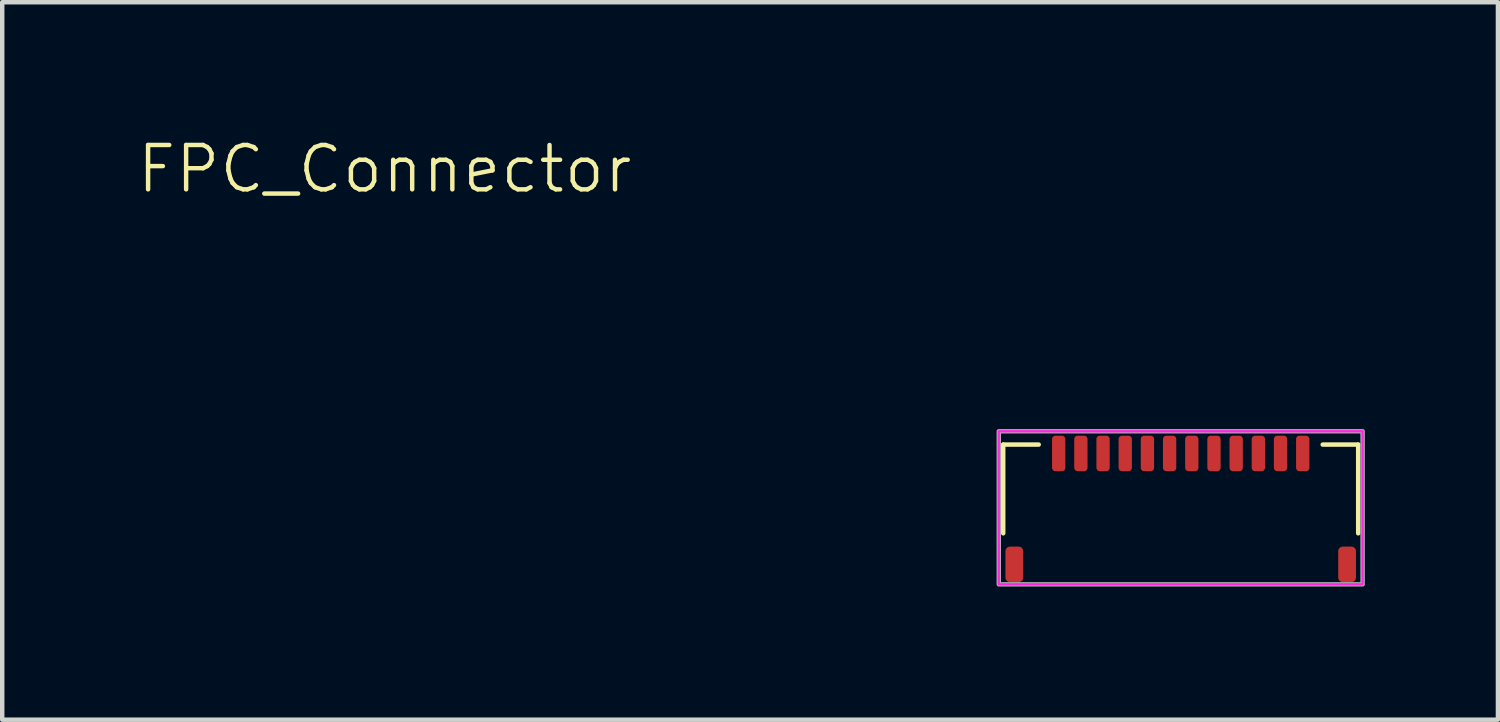
<source format=kicad_pcb>
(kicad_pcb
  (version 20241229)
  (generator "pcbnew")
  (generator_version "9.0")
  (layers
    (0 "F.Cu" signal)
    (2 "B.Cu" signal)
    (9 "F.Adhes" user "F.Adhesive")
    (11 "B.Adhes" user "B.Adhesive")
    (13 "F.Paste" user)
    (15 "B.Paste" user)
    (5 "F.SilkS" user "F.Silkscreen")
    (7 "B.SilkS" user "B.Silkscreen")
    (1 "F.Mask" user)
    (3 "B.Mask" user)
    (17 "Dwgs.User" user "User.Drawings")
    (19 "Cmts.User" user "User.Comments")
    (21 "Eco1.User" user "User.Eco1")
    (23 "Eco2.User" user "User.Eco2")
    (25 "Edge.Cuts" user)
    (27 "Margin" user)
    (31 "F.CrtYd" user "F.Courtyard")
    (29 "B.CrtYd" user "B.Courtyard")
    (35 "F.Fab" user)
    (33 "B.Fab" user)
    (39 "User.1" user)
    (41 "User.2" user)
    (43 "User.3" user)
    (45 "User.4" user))
  (footprint "FPC_Connector"
    (layer "F.Cu")
    (at 23.561 7.17)
    (property "Reference" "FPC_Connector" (at -17.94 -6.41 0) (unlocked yes) (layer "F.SilkS") (effects (font (size 1 1) (thickness 0.1))))
    (attr smd)
    (fp_line (start -4 -0.2) (end -3.2 -0.2) (stroke (width 0.1) (type default)) (layer "F.SilkS"))
    (fp_line (start -4 1.8) (end -4 -0.2) (stroke (width 0.1) (type default)) (layer "F.SilkS"))
    (fp_line (start 4 -0.2) (end 3.2 -0.2) (stroke (width 0.1) (type default)) (layer "F.SilkS"))
    (fp_line (start 4 1.8) (end 4 -0.2) (stroke (width 0.1) (type default)) (layer "F.SilkS"))
    (fp_rect (start -4.1 -0.5) (end 4.1 2.95) (stroke (width 0.05) (type default)) (fill no) (layer "F.CrtYd"))
    (fp_rect (start -4.1 -0.5) (end 4.1 2.95) (stroke (width 0.1) (type default)) (fill no) (layer "F.Fab"))
    (pad "" smd roundrect (at -3.75 2.5) (size 0.4 0.8) (layers "F.Cu" "F.Mask" "F.Paste") (roundrect_rratio 0.25))
    (pad "" smd roundrect (at 3.75 2.5) (size 0.4 0.8) (layers "F.Cu" "F.Mask" "F.Paste") (roundrect_rratio 0.25))
    (pad "1" smd roundrect (at -2.75 0) (size 0.3 0.8) (layers "F.Cu" "F.Mask" "F.Paste") (roundrect_rratio 0.25))
    (pad "2" smd roundrect (at -2.25 0) (size 0.3 0.8) (layers "F.Cu" "F.Mask" "F.Paste") (roundrect_rratio 0.25))
    (pad "3" smd roundrect (at -1.75 0) (size 0.3 0.8) (layers "F.Cu" "F.Mask" "F.Paste") (roundrect_rratio 0.25))
    (pad "4" smd roundrect (at -1.25 0) (size 0.3 0.8) (layers "F.Cu" "F.Mask" "F.Paste") (roundrect_rratio 0.25))
    (pad "5" smd roundrect (at -0.75 0) (size 0.3 0.8) (layers "F.Cu" "F.Mask" "F.Paste") (roundrect_rratio 0.25))
    (pad "6" smd roundrect (at -0.25 0) (size 0.3 0.8) (layers "F.Cu" "F.Mask" "F.Paste") (roundrect_rratio 0.25))
    (pad "7" smd roundrect (at 0.25 0) (size 0.3 0.8) (layers "F.Cu" "F.Mask" "F.Paste") (roundrect_rratio 0.25))
    (pad "8" smd roundrect (at 0.75 0) (size 0.3 0.8) (layers "F.Cu" "F.Mask" "F.Paste") (roundrect_rratio 0.25))
    (pad "9" smd roundrect (at 1.25 0) (size 0.3 0.8) (layers "F.Cu" "F.Mask" "F.Paste") (roundrect_rratio 0.25))
    (pad "10" smd roundrect (at 1.75 0) (size 0.3 0.8) (layers "F.Cu" "F.Mask" "F.Paste") (roundrect_rratio 0.25))
    (pad "11" smd roundrect (at 2.25 0) (size 0.3 0.8) (layers "F.Cu" "F.Mask" "F.Paste") (roundrect_rratio 0.25))
    (pad "12" smd roundrect (at 2.75 0) (size 0.3 0.8) (layers "F.Cu" "F.Mask" "F.Paste") (roundrect_rratio 0.25)))
  (gr_rect
    (start -3 -3)
    (end 30.711 13.171)
    (stroke (width 0.1) (type default))
    (fill no)
    (layer "Edge.Cuts")))
</source>
